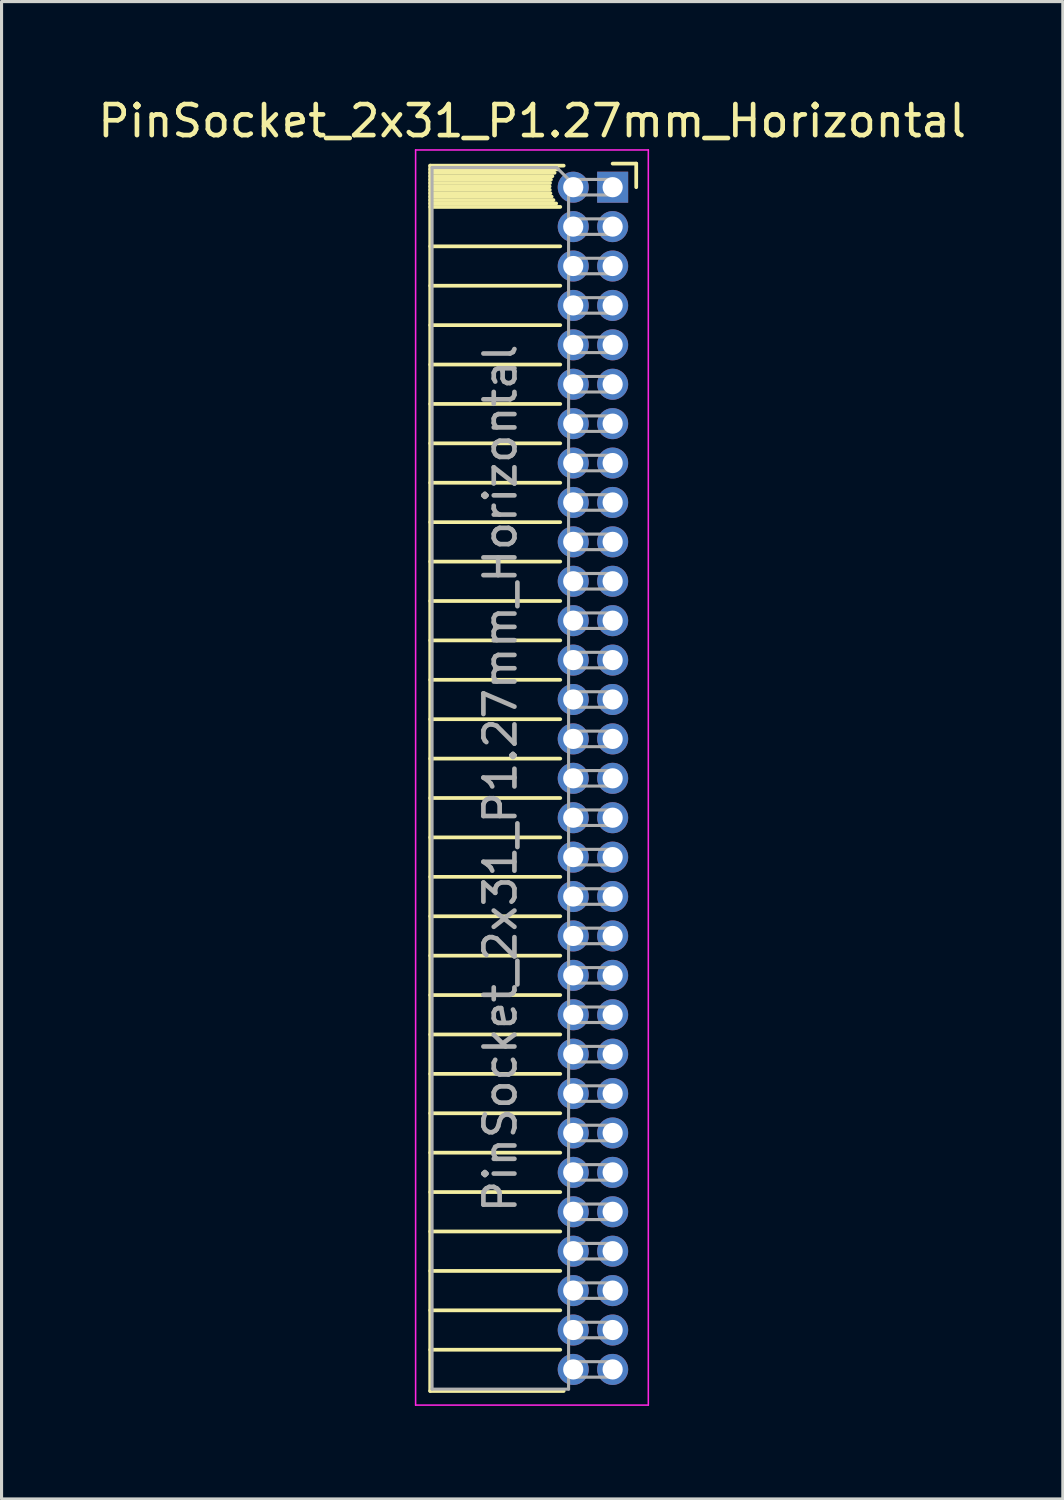
<source format=kicad_pcb>
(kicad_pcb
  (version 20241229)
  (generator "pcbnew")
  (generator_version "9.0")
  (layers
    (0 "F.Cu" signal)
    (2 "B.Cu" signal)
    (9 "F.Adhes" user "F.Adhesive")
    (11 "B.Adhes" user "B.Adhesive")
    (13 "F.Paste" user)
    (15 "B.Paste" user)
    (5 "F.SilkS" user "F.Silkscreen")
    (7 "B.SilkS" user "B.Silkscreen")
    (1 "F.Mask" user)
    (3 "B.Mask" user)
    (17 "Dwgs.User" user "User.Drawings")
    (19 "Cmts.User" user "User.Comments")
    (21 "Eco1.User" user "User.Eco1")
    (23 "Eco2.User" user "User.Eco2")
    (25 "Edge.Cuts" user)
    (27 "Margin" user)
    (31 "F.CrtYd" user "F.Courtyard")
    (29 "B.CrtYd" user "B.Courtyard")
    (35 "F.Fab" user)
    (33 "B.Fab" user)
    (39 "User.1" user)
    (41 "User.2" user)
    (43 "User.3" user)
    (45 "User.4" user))
  (footprint "PinSocket_2x31_P1.27mm_Horizontal"
    (layer "F.Cu")
    (at 16.694 2.983)
    (property "Reference" "PinSocket_2x31_P1.27mm_Horizontal" (at -2.592 -2.135 0) (layer "F.SilkS") (effects (font (size 1 1) (thickness 0.15))))
    (attr through_hole)
    (fp_line (start -5.88 -0.695) (end -5.88 38.795) (stroke (width 0.12) (type solid)) (layer "F.SilkS"))
    (fp_line (start -5.88 -0.695) (end -1.578 -0.695) (stroke (width 0.12) (type solid)) (layer "F.SilkS"))
    (fp_line (start -5.88 -0.575) (end -1.767 -0.575) (stroke (width 0.12) (type solid)) (layer "F.SilkS"))
    (fp_line (start -5.88 -0.465) (end -1.871 -0.465) (stroke (width 0.12) (type solid)) (layer "F.SilkS"))
    (fp_line (start -5.88 -0.355) (end -1.942 -0.355) (stroke (width 0.12) (type solid)) (layer "F.SilkS"))
    (fp_line (start -5.88 -0.245) (end -1.989 -0.245) (stroke (width 0.12) (type solid)) (layer "F.SilkS"))
    (fp_line (start -5.88 -0.135) (end -2.018 -0.135) (stroke (width 0.12) (type solid)) (layer "F.SilkS"))
    (fp_line (start -5.88 -0.025) (end -2.03 -0.025) (stroke (width 0.12) (type solid)) (layer "F.SilkS"))
    (fp_line (start -5.88 0.085) (end -2.025 0.085) (stroke (width 0.12) (type solid)) (layer "F.SilkS"))
    (fp_line (start -5.88 0.195) (end -2.005 0.195) (stroke (width 0.12) (type solid)) (layer "F.SilkS"))
    (fp_line (start -5.88 0.305) (end -1.966 0.305) (stroke (width 0.12) (type solid)) (layer "F.SilkS"))
    (fp_line (start -5.88 0.415) (end -1.907 0.415) (stroke (width 0.12) (type solid)) (layer "F.SilkS"))
    (fp_line (start -5.88 0.525) (end -1.82 0.525) (stroke (width 0.12) (type solid)) (layer "F.SilkS"))
    (fp_line (start -5.88 0.635) (end -1.688 0.635) (stroke (width 0.12) (type solid)) (layer "F.SilkS"))
    (fp_line (start -5.88 1.905) (end -1.688 1.905) (stroke (width 0.12) (type solid)) (layer "F.SilkS"))
    (fp_line (start -5.88 3.175) (end -1.688 3.175) (stroke (width 0.12) (type solid)) (layer "F.SilkS"))
    (fp_line (start -5.88 4.445) (end -1.688 4.445) (stroke (width 0.12) (type solid)) (layer "F.SilkS"))
    (fp_line (start -5.88 5.715) (end -1.688 5.715) (stroke (width 0.12) (type solid)) (layer "F.SilkS"))
    (fp_line (start -5.88 6.985) (end -1.688 6.985) (stroke (width 0.12) (type solid)) (layer "F.SilkS"))
    (fp_line (start -5.88 8.255) (end -1.688 8.255) (stroke (width 0.12) (type solid)) (layer "F.SilkS"))
    (fp_line (start -5.88 9.525) (end -1.688 9.525) (stroke (width 0.12) (type solid)) (layer "F.SilkS"))
    (fp_line (start -5.88 10.795) (end -1.688 10.795) (stroke (width 0.12) (type solid)) (layer "F.SilkS"))
    (fp_line (start -5.88 12.065) (end -1.688 12.065) (stroke (width 0.12) (type solid)) (layer "F.SilkS"))
    (fp_line (start -5.88 13.335) (end -1.688 13.335) (stroke (width 0.12) (type solid)) (layer "F.SilkS"))
    (fp_line (start -5.88 14.605) (end -1.688 14.605) (stroke (width 0.12) (type solid)) (layer "F.SilkS"))
    (fp_line (start -5.88 15.875) (end -1.688 15.875) (stroke (width 0.12) (type solid)) (layer "F.SilkS"))
    (fp_line (start -5.88 17.145) (end -1.688 17.145) (stroke (width 0.12) (type solid)) (layer "F.SilkS"))
    (fp_line (start -5.88 18.415) (end -1.688 18.415) (stroke (width 0.12) (type solid)) (layer "F.SilkS"))
    (fp_line (start -5.88 19.685) (end -1.688 19.685) (stroke (width 0.12) (type solid)) (layer "F.SilkS"))
    (fp_line (start -5.88 20.955) (end -1.688 20.955) (stroke (width 0.12) (type solid)) (layer "F.SilkS"))
    (fp_line (start -5.88 22.225) (end -1.688 22.225) (stroke (width 0.12) (type solid)) (layer "F.SilkS"))
    (fp_line (start -5.88 23.495) (end -1.688 23.495) (stroke (width 0.12) (type solid)) (layer "F.SilkS"))
    (fp_line (start -5.88 24.765) (end -1.688 24.765) (stroke (width 0.12) (type solid)) (layer "F.SilkS"))
    (fp_line (start -5.88 26.035) (end -1.688 26.035) (stroke (width 0.12) (type solid)) (layer "F.SilkS"))
    (fp_line (start -5.88 27.305) (end -1.688 27.305) (stroke (width 0.12) (type solid)) (layer "F.SilkS"))
    (fp_line (start -5.88 28.575) (end -1.688 28.575) (stroke (width 0.12) (type solid)) (layer "F.SilkS"))
    (fp_line (start -5.88 29.845) (end -1.688 29.845) (stroke (width 0.12) (type solid)) (layer "F.SilkS"))
    (fp_line (start -5.88 31.115) (end -1.688 31.115) (stroke (width 0.12) (type solid)) (layer "F.SilkS"))
    (fp_line (start -5.88 32.385) (end -1.688 32.385) (stroke (width 0.12) (type solid)) (layer "F.SilkS"))
    (fp_line (start -5.88 33.655) (end -1.688 33.655) (stroke (width 0.12) (type solid)) (layer "F.SilkS"))
    (fp_line (start -5.88 34.925) (end -1.688 34.925) (stroke (width 0.12) (type solid)) (layer "F.SilkS"))
    (fp_line (start -5.88 36.195) (end -1.688 36.195) (stroke (width 0.12) (type solid)) (layer "F.SilkS"))
    (fp_line (start -5.88 37.465) (end -1.688 37.465) (stroke (width 0.12) (type solid)) (layer "F.SilkS"))
    (fp_line (start -5.88 38.795) (end -1.578 38.795) (stroke (width 0.12) (type solid)) (layer "F.SilkS"))
    (fp_line (start 0 -0.76) (end 0.76 -0.76) (stroke (width 0.12) (type solid)) (layer "F.SilkS"))
    (fp_line (start 0.76 -0.76) (end 0.76 0) (stroke (width 0.12) (type solid)) (layer "F.SilkS"))
    (fp_line (start -6.35 -1.2) (end -6.35 39.25) (stroke (width 0.05) (type solid)) (layer "F.CrtYd"))
    (fp_line (start -6.35 39.25) (end 1.15 39.25) (stroke (width 0.05) (type solid)) (layer "F.CrtYd"))
    (fp_line (start 1.15 -1.2) (end -6.35 -1.2) (stroke (width 0.05) (type solid)) (layer "F.CrtYd"))
    (fp_line (start 1.15 39.25) (end 1.15 -1.2) (stroke (width 0.05) (type solid)) (layer "F.CrtYd"))
    (fp_line (start -5.82 -0.635) (end -1.805 -0.635) (stroke (width 0.1) (type solid)) (layer "F.Fab"))
    (fp_line (start -5.82 38.735) (end -5.82 -0.635) (stroke (width 0.1) (type solid)) (layer "F.Fab"))
    (fp_line (start -1.805 -0.635) (end -1.42 -0.25) (stroke (width 0.1) (type solid)) (layer "F.Fab"))
    (fp_line (start -1.42 -0.25) (end -1.42 38.735) (stroke (width 0.1) (type solid)) (layer "F.Fab"))
    (fp_line (start -1.42 0.25) (end 0 0.25) (stroke (width 0.1) (type solid)) (layer "F.Fab"))
    (fp_line (start -1.42 1.52) (end 0 1.52) (stroke (width 0.1) (type solid)) (layer "F.Fab"))
    (fp_line (start -1.42 2.79) (end 0 2.79) (stroke (width 0.1) (type solid)) (layer "F.Fab"))
    (fp_line (start -1.42 4.06) (end 0 4.06) (stroke (width 0.1) (type solid)) (layer "F.Fab"))
    (fp_line (start -1.42 5.33) (end 0 5.33) (stroke (width 0.1) (type solid)) (layer "F.Fab"))
    (fp_line (start -1.42 6.6) (end 0 6.6) (stroke (width 0.1) (type solid)) (layer "F.Fab"))
    (fp_line (start -1.42 7.87) (end 0 7.87) (stroke (width 0.1) (type solid)) (layer "F.Fab"))
    (fp_line (start -1.42 9.14) (end 0 9.14) (stroke (width 0.1) (type solid)) (layer "F.Fab"))
    (fp_line (start -1.42 10.41) (end 0 10.41) (stroke (width 0.1) (type solid)) (layer "F.Fab"))
    (fp_line (start -1.42 11.68) (end 0 11.68) (stroke (width 0.1) (type solid)) (layer "F.Fab"))
    (fp_line (start -1.42 12.95) (end 0 12.95) (stroke (width 0.1) (type solid)) (layer "F.Fab"))
    (fp_line (start -1.42 14.22) (end 0 14.22) (stroke (width 0.1) (type solid)) (layer "F.Fab"))
    (fp_line (start -1.42 15.49) (end 0 15.49) (stroke (width 0.1) (type solid)) (layer "F.Fab"))
    (fp_line (start -1.42 16.76) (end 0 16.76) (stroke (width 0.1) (type solid)) (layer "F.Fab"))
    (fp_line (start -1.42 18.03) (end 0 18.03) (stroke (width 0.1) (type solid)) (layer "F.Fab"))
    (fp_line (start -1.42 19.3) (end 0 19.3) (stroke (width 0.1) (type solid)) (layer "F.Fab"))
    (fp_line (start -1.42 20.57) (end 0 20.57) (stroke (width 0.1) (type solid)) (layer "F.Fab"))
    (fp_line (start -1.42 21.84) (end 0 21.84) (stroke (width 0.1) (type solid)) (layer "F.Fab"))
    (fp_line (start -1.42 23.11) (end 0 23.11) (stroke (width 0.1) (type solid)) (layer "F.Fab"))
    (fp_line (start -1.42 24.38) (end 0 24.38) (stroke (width 0.1) (type solid)) (layer "F.Fab"))
    (fp_line (start -1.42 25.65) (end 0 25.65) (stroke (width 0.1) (type solid)) (layer "F.Fab"))
    (fp_line (start -1.42 26.92) (end 0 26.92) (stroke (width 0.1) (type solid)) (layer "F.Fab"))
    (fp_line (start -1.42 28.19) (end 0 28.19) (stroke (width 0.1) (type solid)) (layer "F.Fab"))
    (fp_line (start -1.42 29.46) (end 0 29.46) (stroke (width 0.1) (type solid)) (layer "F.Fab"))
    (fp_line (start -1.42 30.73) (end 0 30.73) (stroke (width 0.1) (type solid)) (layer "F.Fab"))
    (fp_line (start -1.42 32) (end 0 32) (stroke (width 0.1) (type solid)) (layer "F.Fab"))
    (fp_line (start -1.42 33.27) (end 0 33.27) (stroke (width 0.1) (type solid)) (layer "F.Fab"))
    (fp_line (start -1.42 34.54) (end 0 34.54) (stroke (width 0.1) (type solid)) (layer "F.Fab"))
    (fp_line (start -1.42 35.81) (end 0 35.81) (stroke (width 0.1) (type solid)) (layer "F.Fab"))
    (fp_line (start -1.42 37.08) (end 0 37.08) (stroke (width 0.1) (type solid)) (layer "F.Fab"))
    (fp_line (start -1.42 38.35) (end 0 38.35) (stroke (width 0.1) (type solid)) (layer "F.Fab"))
    (fp_line (start -1.42 38.735) (end -5.82 38.735) (stroke (width 0.1) (type solid)) (layer "F.Fab"))
    (fp_line (start 0 -0.25) (end -1.42 -0.25) (stroke (width 0.1) (type solid)) (layer "F.Fab"))
    (fp_line (start 0 0.25) (end 0 -0.25) (stroke (width 0.1) (type solid)) (layer "F.Fab"))
    (fp_line (start 0 1.02) (end -1.42 1.02) (stroke (width 0.1) (type solid)) (layer "F.Fab"))
    (fp_line (start 0 1.52) (end 0 1.02) (stroke (width 0.1) (type solid)) (layer "F.Fab"))
    (fp_line (start 0 2.29) (end -1.42 2.29) (stroke (width 0.1) (type solid)) (layer "F.Fab"))
    (fp_line (start 0 2.79) (end 0 2.29) (stroke (width 0.1) (type solid)) (layer "F.Fab"))
    (fp_line (start 0 3.56) (end -1.42 3.56) (stroke (width 0.1) (type solid)) (layer "F.Fab"))
    (fp_line (start 0 4.06) (end 0 3.56) (stroke (width 0.1) (type solid)) (layer "F.Fab"))
    (fp_line (start 0 4.83) (end -1.42 4.83) (stroke (width 0.1) (type solid)) (layer "F.Fab"))
    (fp_line (start 0 5.33) (end 0 4.83) (stroke (width 0.1) (type solid)) (layer "F.Fab"))
    (fp_line (start 0 6.1) (end -1.42 6.1) (stroke (width 0.1) (type solid)) (layer "F.Fab"))
    (fp_line (start 0 6.6) (end 0 6.1) (stroke (width 0.1) (type solid)) (layer "F.Fab"))
    (fp_line (start 0 7.37) (end -1.42 7.37) (stroke (width 0.1) (type solid)) (layer "F.Fab"))
    (fp_line (start 0 7.87) (end 0 7.37) (stroke (width 0.1) (type solid)) (layer "F.Fab"))
    (fp_line (start 0 8.64) (end -1.42 8.64) (stroke (width 0.1) (type solid)) (layer "F.Fab"))
    (fp_line (start 0 9.14) (end 0 8.64) (stroke (width 0.1) (type solid)) (layer "F.Fab"))
    (fp_line (start 0 9.91) (end -1.42 9.91) (stroke (width 0.1) (type solid)) (layer "F.Fab"))
    (fp_line (start 0 10.41) (end 0 9.91) (stroke (width 0.1) (type solid)) (layer "F.Fab"))
    (fp_line (start 0 11.18) (end -1.42 11.18) (stroke (width 0.1) (type solid)) (layer "F.Fab"))
    (fp_line (start 0 11.68) (end 0 11.18) (stroke (width 0.1) (type solid)) (layer "F.Fab"))
    (fp_line (start 0 12.45) (end -1.42 12.45) (stroke (width 0.1) (type solid)) (layer "F.Fab"))
    (fp_line (start 0 12.95) (end 0 12.45) (stroke (width 0.1) (type solid)) (layer "F.Fab"))
    (fp_line (start 0 13.72) (end -1.42 13.72) (stroke (width 0.1) (type solid)) (layer "F.Fab"))
    (fp_line (start 0 14.22) (end 0 13.72) (stroke (width 0.1) (type solid)) (layer "F.Fab"))
    (fp_line (start 0 14.99) (end -1.42 14.99) (stroke (width 0.1) (type solid)) (layer "F.Fab"))
    (fp_line (start 0 15.49) (end 0 14.99) (stroke (width 0.1) (type solid)) (layer "F.Fab"))
    (fp_line (start 0 16.26) (end -1.42 16.26) (stroke (width 0.1) (type solid)) (layer "F.Fab"))
    (fp_line (start 0 16.76) (end 0 16.26) (stroke (width 0.1) (type solid)) (layer "F.Fab"))
    (fp_line (start 0 17.53) (end -1.42 17.53) (stroke (width 0.1) (type solid)) (layer "F.Fab"))
    (fp_line (start 0 18.03) (end 0 17.53) (stroke (width 0.1) (type solid)) (layer "F.Fab"))
    (fp_line (start 0 18.8) (end -1.42 18.8) (stroke (width 0.1) (type solid)) (layer "F.Fab"))
    (fp_line (start 0 19.3) (end 0 18.8) (stroke (width 0.1) (type solid)) (layer "F.Fab"))
    (fp_line (start 0 20.07) (end -1.42 20.07) (stroke (width 0.1) (type solid)) (layer "F.Fab"))
    (fp_line (start 0 20.57) (end 0 20.07) (stroke (width 0.1) (type solid)) (layer "F.Fab"))
    (fp_line (start 0 21.34) (end -1.42 21.34) (stroke (width 0.1) (type solid)) (layer "F.Fab"))
    (fp_line (start 0 21.84) (end 0 21.34) (stroke (width 0.1) (type solid)) (layer "F.Fab"))
    (fp_line (start 0 22.61) (end -1.42 22.61) (stroke (width 0.1) (type solid)) (layer "F.Fab"))
    (fp_line (start 0 23.11) (end 0 22.61) (stroke (width 0.1) (type solid)) (layer "F.Fab"))
    (fp_line (start 0 23.88) (end -1.42 23.88) (stroke (width 0.1) (type solid)) (layer "F.Fab"))
    (fp_line (start 0 24.38) (end 0 23.88) (stroke (width 0.1) (type solid)) (layer "F.Fab"))
    (fp_line (start 0 25.15) (end -1.42 25.15) (stroke (width 0.1) (type solid)) (layer "F.Fab"))
    (fp_line (start 0 25.65) (end 0 25.15) (stroke (width 0.1) (type solid)) (layer "F.Fab"))
    (fp_line (start 0 26.42) (end -1.42 26.42) (stroke (width 0.1) (type solid)) (layer "F.Fab"))
    (fp_line (start 0 26.92) (end 0 26.42) (stroke (width 0.1) (type solid)) (layer "F.Fab"))
    (fp_line (start 0 27.69) (end -1.42 27.69) (stroke (width 0.1) (type solid)) (layer "F.Fab"))
    (fp_line (start 0 28.19) (end 0 27.69) (stroke (width 0.1) (type solid)) (layer "F.Fab"))
    (fp_line (start 0 28.96) (end -1.42 28.96) (stroke (width 0.1) (type solid)) (layer "F.Fab"))
    (fp_line (start 0 29.46) (end 0 28.96) (stroke (width 0.1) (type solid)) (layer "F.Fab"))
    (fp_line (start 0 30.23) (end -1.42 30.23) (stroke (width 0.1) (type solid)) (layer "F.Fab"))
    (fp_line (start 0 30.73) (end 0 30.23) (stroke (width 0.1) (type solid)) (layer "F.Fab"))
    (fp_line (start 0 31.5) (end -1.42 31.5) (stroke (width 0.1) (type solid)) (layer "F.Fab"))
    (fp_line (start 0 32) (end 0 31.5) (stroke (width 0.1) (type solid)) (layer "F.Fab"))
    (fp_line (start 0 32.77) (end -1.42 32.77) (stroke (width 0.1) (type solid)) (layer "F.Fab"))
    (fp_line (start 0 33.27) (end 0 32.77) (stroke (width 0.1) (type solid)) (layer "F.Fab"))
    (fp_line (start 0 34.04) (end -1.42 34.04) (stroke (width 0.1) (type solid)) (layer "F.Fab"))
    (fp_line (start 0 34.54) (end 0 34.04) (stroke (width 0.1) (type solid)) (layer "F.Fab"))
    (fp_line (start 0 35.31) (end -1.42 35.31) (stroke (width 0.1) (type solid)) (layer "F.Fab"))
    (fp_line (start 0 35.81) (end 0 35.31) (stroke (width 0.1) (type solid)) (layer "F.Fab"))
    (fp_line (start 0 36.58) (end -1.42 36.58) (stroke (width 0.1) (type solid)) (layer "F.Fab"))
    (fp_line (start 0 37.08) (end 0 36.58) (stroke (width 0.1) (type solid)) (layer "F.Fab"))
    (fp_line (start 0 37.85) (end -1.42 37.85) (stroke (width 0.1) (type solid)) (layer "F.Fab"))
    (fp_line (start 0 38.35) (end 0 37.85) (stroke (width 0.1) (type solid)) (layer "F.Fab"))
    (fp_text user "${REFERENCE}" (at -3.62 19.05 90) (layer "F.Fab") (effects (font (size 1 1) (thickness 0.15))))
    (pad "1" thru_hole rect (at 0 0) (size 1 1) (drill 0.65) (layers "*.Cu" "*.Mask"))
    (pad "2" thru_hole circle (at -1.27 0) (size 1 1) (drill 0.65) (layers "*.Cu" "*.Mask"))
    (pad "3" thru_hole circle (at 0 1.27) (size 1 1) (drill 0.65) (layers "*.Cu" "*.Mask"))
    (pad "4" thru_hole circle (at -1.27 1.27) (size 1 1) (drill 0.65) (layers "*.Cu" "*.Mask"))
    (pad "5" thru_hole circle (at 0 2.54) (size 1 1) (drill 0.65) (layers "*.Cu" "*.Mask"))
    (pad "6" thru_hole circle (at -1.27 2.54) (size 1 1) (drill 0.65) (layers "*.Cu" "*.Mask"))
    (pad "7" thru_hole circle (at 0 3.81) (size 1 1) (drill 0.65) (layers "*.Cu" "*.Mask"))
    (pad "8" thru_hole circle (at -1.27 3.81) (size 1 1) (drill 0.65) (layers "*.Cu" "*.Mask"))
    (pad "9" thru_hole circle (at 0 5.08) (size 1 1) (drill 0.65) (layers "*.Cu" "*.Mask"))
    (pad "10" thru_hole circle (at -1.27 5.08) (size 1 1) (drill 0.65) (layers "*.Cu" "*.Mask"))
    (pad "11" thru_hole circle (at 0 6.35) (size 1 1) (drill 0.65) (layers "*.Cu" "*.Mask"))
    (pad "12" thru_hole circle (at -1.27 6.35) (size 1 1) (drill 0.65) (layers "*.Cu" "*.Mask"))
    (pad "13" thru_hole circle (at 0 7.62) (size 1 1) (drill 0.65) (layers "*.Cu" "*.Mask"))
    (pad "14" thru_hole circle (at -1.27 7.62) (size 1 1) (drill 0.65) (layers "*.Cu" "*.Mask"))
    (pad "15" thru_hole circle (at 0 8.89) (size 1 1) (drill 0.65) (layers "*.Cu" "*.Mask"))
    (pad "16" thru_hole circle (at -1.27 8.89) (size 1 1) (drill 0.65) (layers "*.Cu" "*.Mask"))
    (pad "17" thru_hole circle (at 0 10.16) (size 1 1) (drill 0.65) (layers "*.Cu" "*.Mask"))
    (pad "18" thru_hole circle (at -1.27 10.16) (size 1 1) (drill 0.65) (layers "*.Cu" "*.Mask"))
    (pad "19" thru_hole circle (at 0 11.43) (size 1 1) (drill 0.65) (layers "*.Cu" "*.Mask"))
    (pad "20" thru_hole circle (at -1.27 11.43) (size 1 1) (drill 0.65) (layers "*.Cu" "*.Mask"))
    (pad "21" thru_hole circle (at 0 12.7) (size 1 1) (drill 0.65) (layers "*.Cu" "*.Mask"))
    (pad "22" thru_hole circle (at -1.27 12.7) (size 1 1) (drill 0.65) (layers "*.Cu" "*.Mask"))
    (pad "23" thru_hole circle (at 0 13.97) (size 1 1) (drill 0.65) (layers "*.Cu" "*.Mask"))
    (pad "24" thru_hole circle (at -1.27 13.97) (size 1 1) (drill 0.65) (layers "*.Cu" "*.Mask"))
    (pad "25" thru_hole circle (at 0 15.24) (size 1 1) (drill 0.65) (layers "*.Cu" "*.Mask"))
    (pad "26" thru_hole circle (at -1.27 15.24) (size 1 1) (drill 0.65) (layers "*.Cu" "*.Mask"))
    (pad "27" thru_hole circle (at 0 16.51) (size 1 1) (drill 0.65) (layers "*.Cu" "*.Mask"))
    (pad "28" thru_hole circle (at -1.27 16.51) (size 1 1) (drill 0.65) (layers "*.Cu" "*.Mask"))
    (pad "29" thru_hole circle (at 0 17.78) (size 1 1) (drill 0.65) (layers "*.Cu" "*.Mask"))
    (pad "30" thru_hole circle (at -1.27 17.78) (size 1 1) (drill 0.65) (layers "*.Cu" "*.Mask"))
    (pad "31" thru_hole circle (at 0 19.05) (size 1 1) (drill 0.65) (layers "*.Cu" "*.Mask"))
    (pad "32" thru_hole circle (at -1.27 19.05) (size 1 1) (drill 0.65) (layers "*.Cu" "*.Mask"))
    (pad "33" thru_hole circle (at 0 20.32) (size 1 1) (drill 0.65) (layers "*.Cu" "*.Mask"))
    (pad "34" thru_hole circle (at -1.27 20.32) (size 1 1) (drill 0.65) (layers "*.Cu" "*.Mask"))
    (pad "35" thru_hole circle (at 0 21.59) (size 1 1) (drill 0.65) (layers "*.Cu" "*.Mask"))
    (pad "36" thru_hole circle (at -1.27 21.59) (size 1 1) (drill 0.65) (layers "*.Cu" "*.Mask"))
    (pad "37" thru_hole circle (at 0 22.86) (size 1 1) (drill 0.65) (layers "*.Cu" "*.Mask"))
    (pad "38" thru_hole circle (at -1.27 22.86) (size 1 1) (drill 0.65) (layers "*.Cu" "*.Mask"))
    (pad "39" thru_hole circle (at 0 24.13) (size 1 1) (drill 0.65) (layers "*.Cu" "*.Mask"))
    (pad "40" thru_hole circle (at -1.27 24.13) (size 1 1) (drill 0.65) (layers "*.Cu" "*.Mask"))
    (pad "41" thru_hole circle (at 0 25.4) (size 1 1) (drill 0.65) (layers "*.Cu" "*.Mask"))
    (pad "42" thru_hole circle (at -1.27 25.4) (size 1 1) (drill 0.65) (layers "*.Cu" "*.Mask"))
    (pad "43" thru_hole circle (at 0 26.67) (size 1 1) (drill 0.65) (layers "*.Cu" "*.Mask"))
    (pad "44" thru_hole circle (at -1.27 26.67) (size 1 1) (drill 0.65) (layers "*.Cu" "*.Mask"))
    (pad "45" thru_hole circle (at 0 27.94) (size 1 1) (drill 0.65) (layers "*.Cu" "*.Mask"))
    (pad "46" thru_hole circle (at -1.27 27.94) (size 1 1) (drill 0.65) (layers "*.Cu" "*.Mask"))
    (pad "47" thru_hole circle (at 0 29.21) (size 1 1) (drill 0.65) (layers "*.Cu" "*.Mask"))
    (pad "48" thru_hole circle (at -1.27 29.21) (size 1 1) (drill 0.65) (layers "*.Cu" "*.Mask"))
    (pad "49" thru_hole circle (at 0 30.48) (size 1 1) (drill 0.65) (layers "*.Cu" "*.Mask"))
    (pad "50" thru_hole circle (at -1.27 30.48) (size 1 1) (drill 0.65) (layers "*.Cu" "*.Mask"))
    (pad "51" thru_hole circle (at 0 31.75) (size 1 1) (drill 0.65) (layers "*.Cu" "*.Mask"))
    (pad "52" thru_hole circle (at -1.27 31.75) (size 1 1) (drill 0.65) (layers "*.Cu" "*.Mask"))
    (pad "53" thru_hole circle (at 0 33.02) (size 1 1) (drill 0.65) (layers "*.Cu" "*.Mask"))
    (pad "54" thru_hole circle (at -1.27 33.02) (size 1 1) (drill 0.65) (layers "*.Cu" "*.Mask"))
    (pad "55" thru_hole circle (at 0 34.29) (size 1 1) (drill 0.65) (layers "*.Cu" "*.Mask"))
    (pad "56" thru_hole circle (at -1.27 34.29) (size 1 1) (drill 0.65) (layers "*.Cu" "*.Mask"))
    (pad "57" thru_hole circle (at 0 35.56) (size 1 1) (drill 0.65) (layers "*.Cu" "*.Mask"))
    (pad "58" thru_hole circle (at -1.27 35.56) (size 1 1) (drill 0.65) (layers "*.Cu" "*.Mask"))
    (pad "59" thru_hole circle (at 0 36.83) (size 1 1) (drill 0.65) (layers "*.Cu" "*.Mask"))
    (pad "60" thru_hole circle (at -1.27 36.83) (size 1 1) (drill 0.65) (layers "*.Cu" "*.Mask"))
    (pad "61" thru_hole circle (at 0 38.1) (size 1 1) (drill 0.65) (layers "*.Cu" "*.Mask"))
    (pad "62" thru_hole circle (at -1.27 38.1) (size 1 1) (drill 0.65) (layers "*.Cu" "*.Mask")))
  (gr_rect
    (start -3 -3)
    (end 31.202 45.258)
    (stroke (width 0.1) (type default))
    (fill no)
    (layer "Edge.Cuts")))
</source>
